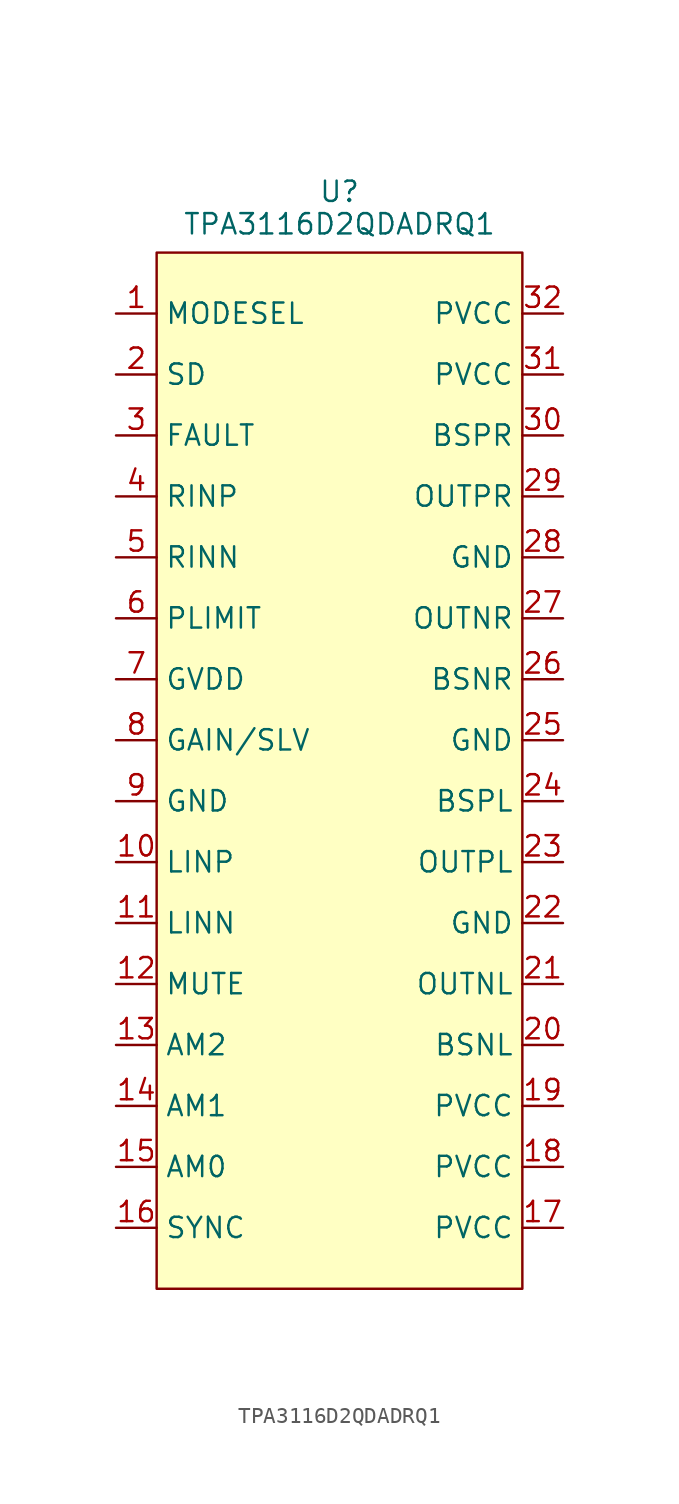
<source format=kicad_sym>
(kicad_symbol_lib
  (version 20241209)
  (generator "kicad_symbol_editor")
  (generator_version "9.0")
  (symbol "TPA3116D2QDADRQ1"
    (property "Reference" "U"
      (at 0 0 0)
      (effects (font (size 1.27 1.27))))
    (property "Value" "TPA3116D2QDADRQ1"
      (at 0 -2.032 0)
      (effects (font (size 1.27 1.27))))
    (symbol "TPA3116D2QDADRQ1_1_1"
      (rectangle (start -11.43 -3.81) (end 11.43 -68.58) (stroke (width 0) (type solid)) (fill (type color) (color 255 255 195 1)))
      (pin input line (at -13.97 -7.62 0) (length 2.54) (name "MODESEL" (effects (font (size 1.27 1.27)))) (number "1" (effects (font (size 1.27 1.27)))))
      (pin input line (at -13.97 -11.43 0) (length 2.54) (name "SD" (effects (font (size 1.27 1.27)))) (number "2" (effects (font (size 1.27 1.27)))))
      (pin input line (at -13.97 -15.24 0) (length 2.54) (name "FAULT" (effects (font (size 1.27 1.27)))) (number "3" (effects (font (size 1.27 1.27)))))
      (pin input line (at -13.97 -19.05 0) (length 2.54) (name "RINP" (effects (font (size 1.27 1.27)))) (number "4" (effects (font (size 1.27 1.27)))))
      (pin input line (at -13.97 -22.86 0) (length 2.54) (name "RINN" (effects (font (size 1.27 1.27)))) (number "5" (effects (font (size 1.27 1.27)))))
      (pin input line (at -13.97 -26.67 0) (length 2.54) (name "PLIMIT" (effects (font (size 1.27 1.27)))) (number "6" (effects (font (size 1.27 1.27)))))
      (pin input line (at -13.97 -30.48 0) (length 2.54) (name "GVDD" (effects (font (size 1.27 1.27)))) (number "7" (effects (font (size 1.27 1.27)))))
      (pin input line (at -13.97 -34.29 0) (length 2.54) (name "GAIN/SLV" (effects (font (size 1.27 1.27)))) (number "8" (effects (font (size 1.27 1.27)))))
      (pin input line (at -13.97 -38.1 0) (length 2.54) (name "GND" (effects (font (size 1.27 1.27)))) (number "9" (effects (font (size 1.27 1.27)))))
      (pin input line (at -13.97 -41.91 0) (length 2.54) (name "LINP" (effects (font (size 1.27 1.27)))) (number "10" (effects (font (size 1.27 1.27)))))
      (pin input line (at -13.97 -45.72 0) (length 2.54) (name "LINN" (effects (font (size 1.27 1.27)))) (number "11" (effects (font (size 1.27 1.27)))))
      (pin input line (at -13.97 -49.53 0) (length 2.54) (name "MUTE" (effects (font (size 1.27 1.27)))) (number "12" (effects (font (size 1.27 1.27)))))
      (pin input line (at -13.97 -53.34 0) (length 2.54) (name "AM2" (effects (font (size 1.27 1.27)))) (number "13" (effects (font (size 1.27 1.27)))))
      (pin input line (at -13.97 -57.15 0) (length 2.54) (name "AM1" (effects (font (size 1.27 1.27)))) (number "14" (effects (font (size 1.27 1.27)))))
      (pin input line (at -13.97 -60.96 0) (length 2.54) (name "AM0" (effects (font (size 1.27 1.27)))) (number "15" (effects (font (size 1.27 1.27)))))
      (pin input line (at -13.97 -64.77 0) (length 2.54) (name "SYNC" (effects (font (size 1.27 1.27)))) (number "16" (effects (font (size 1.27 1.27)))))
      (pin input line (at 13.97 -7.62 180) (length 2.54) (name "PVCC" (effects (font (size 1.27 1.27)))) (number "32" (effects (font (size 1.27 1.27)))))
      (pin input line (at 13.97 -11.43 180) (length 2.54) (name "PVCC" (effects (font (size 1.27 1.27)))) (number "31" (effects (font (size 1.27 1.27)))))
      (pin input line (at 13.97 -15.24 180) (length 2.54) (name "BSPR" (effects (font (size 1.27 1.27)))) (number "30" (effects (font (size 1.27 1.27)))))
      (pin input line (at 13.97 -19.05 180) (length 2.54) (name "OUTPR" (effects (font (size 1.27 1.27)))) (number "29" (effects (font (size 1.27 1.27)))))
      (pin input line (at 13.97 -22.86 180) (length 2.54) (name "GND" (effects (font (size 1.27 1.27)))) (number "28" (effects (font (size 1.27 1.27)))))
      (pin input line (at 13.97 -26.67 180) (length 2.54) (name "OUTNR" (effects (font (size 1.27 1.27)))) (number "27" (effects (font (size 1.27 1.27)))))
      (pin input line (at 13.97 -30.48 180) (length 2.54) (name "BSNR" (effects (font (size 1.27 1.27)))) (number "26" (effects (font (size 1.27 1.27)))))
      (pin input line (at 13.97 -34.29 180) (length 2.54) (name "GND" (effects (font (size 1.27 1.27)))) (number "25" (effects (font (size 1.27 1.27)))))
      (pin input line (at 13.97 -38.1 180) (length 2.54) (name "BSPL" (effects (font (size 1.27 1.27)))) (number "24" (effects (font (size 1.27 1.27)))))
      (pin input line (at 13.97 -41.91 180) (length 2.54) (name "OUTPL" (effects (font (size 1.27 1.27)))) (number "23" (effects (font (size 1.27 1.27)))))
      (pin input line (at 13.97 -45.72 180) (length 2.54) (name "GND" (effects (font (size 1.27 1.27)))) (number "22" (effects (font (size 1.27 1.27)))))
      (pin input line (at 13.97 -49.53 180) (length 2.54) (name "OUTNL" (effects (font (size 1.27 1.27)))) (number "21" (effects (font (size 1.27 1.27)))))
      (pin input line (at 13.97 -53.34 180) (length 2.54) (name "BSNL" (effects (font (size 1.27 1.27)))) (number "20" (effects (font (size 1.27 1.27)))))
      (pin input line (at 13.97 -57.15 180) (length 2.54) (name "PVCC" (effects (font (size 1.27 1.27)))) (number "19" (effects (font (size 1.27 1.27)))))
      (pin input line (at 13.97 -60.96 180) (length 2.54) (name "PVCC" (effects (font (size 1.27 1.27)))) (number "18" (effects (font (size 1.27 1.27)))))
      (pin input line (at 13.97 -64.77 180) (length 2.54) (name "PVCC" (effects (font (size 1.27 1.27)))) (number "17" (effects (font (size 1.27 1.27))))))))
</source>
